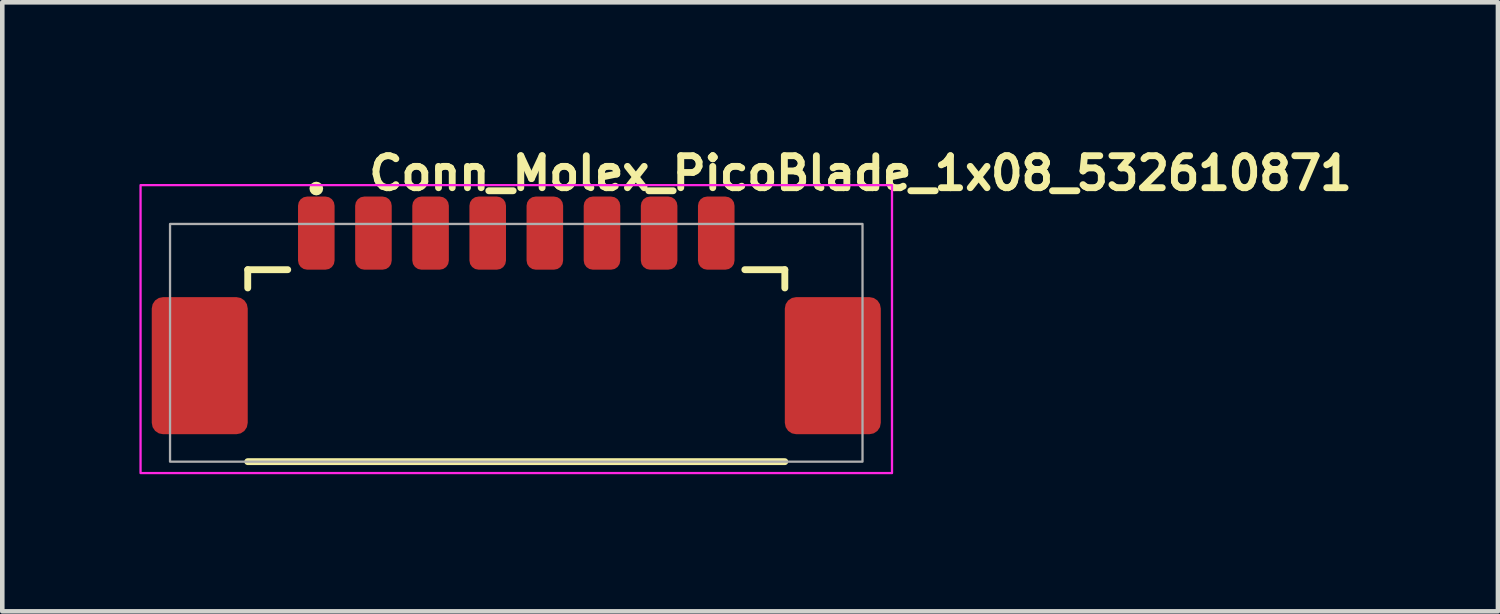
<source format=kicad_pcb>
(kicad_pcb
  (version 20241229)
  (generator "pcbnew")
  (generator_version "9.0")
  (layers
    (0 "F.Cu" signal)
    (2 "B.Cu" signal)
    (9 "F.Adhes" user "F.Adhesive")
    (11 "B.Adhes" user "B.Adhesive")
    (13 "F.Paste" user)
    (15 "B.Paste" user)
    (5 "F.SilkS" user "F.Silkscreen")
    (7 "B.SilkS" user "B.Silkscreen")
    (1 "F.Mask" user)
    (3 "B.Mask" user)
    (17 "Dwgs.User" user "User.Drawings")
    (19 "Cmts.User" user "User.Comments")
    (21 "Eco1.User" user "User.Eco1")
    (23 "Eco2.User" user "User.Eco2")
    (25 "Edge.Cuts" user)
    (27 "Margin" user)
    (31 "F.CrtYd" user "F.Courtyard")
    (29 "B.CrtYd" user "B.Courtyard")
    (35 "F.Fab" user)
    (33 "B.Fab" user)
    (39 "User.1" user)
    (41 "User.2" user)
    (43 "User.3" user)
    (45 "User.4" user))
  (footprint "Conn_Molex_PicoBlade_1x08_532610871"
    (layer "F.Cu")
    (at 8.245 4.45)
    (property "Reference" "Conn_Molex_PicoBlade_1x08_532610871" (at -3.3 -3.3 0) (layer "F.SilkS") (effects (font (size 0.7 0.7) (thickness 0.15)) (justify left bottom)))
    (attr smd)
    (fp_line (start -5.875 -1.6) (end -5 -1.6) (stroke (width 0.15) (type solid)) (layer "F.SilkS"))
    (fp_line (start -5.875 -1.2) (end -5.875 -1.6) (stroke (width 0.15) (type solid)) (layer "F.SilkS"))
    (fp_line (start -5.875 2.6) (end 5.875 2.6) (stroke (width 0.15) (type solid)) (layer "F.SilkS"))
    (fp_line (start 5 -1.6) (end 5.875 -1.6) (stroke (width 0.15) (type solid)) (layer "F.SilkS"))
    (fp_line (start 5.875 -1.2) (end 5.875 -1.6) (stroke (width 0.15) (type solid)) (layer "F.SilkS"))
    (fp_circle (center -4.375 -3.375) (end -4.3 -3.375) (stroke (width 0.15) (type solid)) (fill no) (layer "F.SilkS"))
    (fp_rect (start -8.22 -3.45) (end 8.22 2.85) (stroke (width 0.05) (type solid)) (fill no) (layer "F.CrtYd"))
    (fp_rect (start -7.575 -2.6) (end 7.575 2.6) (stroke (width 0.05) (type default)) (fill no) (layer "F.Fab"))
    (fp_rect (start -7.575 -2.6) (end 7.575 2.6) (stroke (width 0.1) (type solid)) (fill no) (layer "User.5"))
    (fp_line (start -7.575 1.4) (end -7.575 -0.4) (stroke (width 0.02) (type solid)) (layer "User.9"))
    (fp_line (start -7.575 1.4) (end -7.375 1.6) (stroke (width 0.02) (type solid)) (layer "User.9"))
    (fp_line (start -7.375 -0.6) (end -7.575 -0.4) (stroke (width 0.02) (type solid)) (layer "User.9"))
    (fp_line (start -7.375 -0.6) (end -7.175 -0.6) (stroke (width 0.02) (type solid)) (layer "User.9"))
    (fp_line (start -7.375 2.2) (end -7.375 -0.6) (stroke (width 0.02) (type solid)) (layer "User.9"))
    (fp_line (start -7.375 2.2) (end -7.175 2.2) (stroke (width 0.02) (type solid)) (layer "User.9"))
    (fp_line (start -7.175 -0.6) (end -6.375 -0.6) (stroke (width 0.02) (type solid)) (layer "User.9"))
    (fp_line (start -7.175 2.2) (end -7.175 -0.6) (stroke (width 0.02) (type solid)) (layer "User.9"))
    (fp_line (start -7.175 2.2) (end -6.375 2.2) (stroke (width 0.02) (type solid)) (layer "User.9"))
    (fp_line (start -6.375 -0.6) (end -5.875 -0.6) (stroke (width 0.02) (type solid)) (layer "User.9"))
    (fp_line (start -6.375 2.2) (end -6.375 -0.6) (stroke (width 0.02) (type solid)) (layer "User.9"))
    (fp_line (start -6.375 2.2) (end -5.875 2.2) (stroke (width 0.02) (type solid)) (layer "User.9"))
    (fp_line (start -5.875 -1.6) (end -5.875 1.6) (stroke (width 0.02) (type solid)) (layer "User.9"))
    (fp_line (start -5.875 1.6) (end -5.875 2.6) (stroke (width 0.02) (type solid)) (layer "User.9"))
    (fp_line (start -5.875 2.6) (end -5.575 2.6) (stroke (width 0.02) (type solid)) (layer "User.9"))
    (fp_line (start -5.575 2.6) (end -5.275 2.4) (stroke (width 0.02) (type solid)) (layer "User.9"))
    (fp_line (start -5.275 2.4) (end -5.275 1.6) (stroke (width 0.02) (type solid)) (layer "User.9"))
    (fp_line (start -5.275 2.4) (end -3.9 2.4) (stroke (width 0.02) (type solid)) (layer "User.9"))
    (fp_line (start -4.925 1) (end -4.925 1.6) (stroke (width 0.02) (type solid)) (layer "User.9"))
    (fp_line (start -4.925 1.6) (end -5.875 1.6) (stroke (width 0.02) (type solid)) (layer "User.9"))
    (fp_line (start -4.535 -2.6) (end -4.535 -2.3) (stroke (width 0.02) (type solid)) (layer "User.9"))
    (fp_line (start -4.535 -2.3) (end -4.535 -1.6) (stroke (width 0.02) (type solid)) (layer "User.9"))
    (fp_line (start -4.535 1) (end -4.535 1.9) (stroke (width 0.02) (type solid)) (layer "User.9"))
    (fp_line (start -4.215 -2.6) (end -4.535 -2.6) (stroke (width 0.02) (type solid)) (layer "User.9"))
    (fp_line (start -4.215 -2.6) (end -4.215 -2.3) (stroke (width 0.02) (type solid)) (layer "User.9"))
    (fp_line (start -4.215 -2.3) (end -4.535 -2.3) (stroke (width 0.02) (type solid)) (layer "User.9"))
    (fp_line (start -4.215 -2.3) (end -4.215 -1.6) (stroke (width 0.02) (type solid)) (layer "User.9"))
    (fp_line (start -4.215 1) (end -4.215 1.9) (stroke (width 0.02) (type solid)) (layer "User.9"))
    (fp_line (start -4.215 1.15) (end -3.9 1.15) (stroke (width 0.02) (type solid)) (layer "User.9"))
    (fp_line (start -4.215 1.9) (end -4.535 1.9) (stroke (width 0.02) (type solid)) (layer "User.9"))
    (fp_line (start -3.9 1.15) (end -3.9 2.4) (stroke (width 0.02) (type solid)) (layer "User.9"))
    (fp_line (start -3.9 2.4) (end -3.9 2.6) (stroke (width 0.02) (type solid)) (layer "User.9"))
    (fp_line (start -3.9 2.6) (end -5.575 2.6) (stroke (width 0.02) (type solid)) (layer "User.9"))
    (fp_line (start -3.6 1.15) (end -3.285 1.15) (stroke (width 0.02) (type solid)) (layer "User.9"))
    (fp_line (start -3.6 2.4) (end -3.6 1.15) (stroke (width 0.02) (type solid)) (layer "User.9"))
    (fp_line (start -3.6 2.4) (end 3.6 2.4) (stroke (width 0.02) (type solid)) (layer "User.9"))
    (fp_line (start -3.6 2.6) (end -3.6 2.4) (stroke (width 0.02) (type solid)) (layer "User.9"))
    (fp_line (start -3.285 -2.6) (end -3.285 -2.3) (stroke (width 0.02) (type solid)) (layer "User.9"))
    (fp_line (start -3.285 -2.3) (end -3.285 -1.6) (stroke (width 0.02) (type solid)) (layer "User.9"))
    (fp_line (start -3.285 1) (end -3.285 1.9) (stroke (width 0.02) (type solid)) (layer "User.9"))
    (fp_line (start -2.965 -2.6) (end -3.285 -2.6) (stroke (width 0.02) (type solid)) (layer "User.9"))
    (fp_line (start -2.965 -2.6) (end -2.965 -2.3) (stroke (width 0.02) (type solid)) (layer "User.9"))
    (fp_line (start -2.965 -2.3) (end -3.285 -2.3) (stroke (width 0.02) (type solid)) (layer "User.9"))
    (fp_line (start -2.965 -2.3) (end -2.965 -1.6) (stroke (width 0.02) (type solid)) (layer "User.9"))
    (fp_line (start -2.965 1) (end -2.965 1.9) (stroke (width 0.02) (type solid)) (layer "User.9"))
    (fp_line (start -2.965 1.9) (end -3.285 1.9) (stroke (width 0.02) (type solid)) (layer "User.9"))
    (fp_line (start -2.035 -2.6) (end -2.035 -2.3) (stroke (width 0.02) (type solid)) (layer "User.9"))
    (fp_line (start -2.035 -2.3) (end -2.035 -1.6) (stroke (width 0.02) (type solid)) (layer "User.9"))
    (fp_line (start -2.035 1) (end -2.035 1.9) (stroke (width 0.02) (type solid)) (layer "User.9"))
    (fp_line (start -1.715 -2.6) (end -2.035 -2.6) (stroke (width 0.02) (type solid)) (layer "User.9"))
    (fp_line (start -1.715 -2.6) (end -1.715 -2.3) (stroke (width 0.02) (type solid)) (layer "User.9"))
    (fp_line (start -1.715 -2.3) (end -2.035 -2.3) (stroke (width 0.02) (type solid)) (layer "User.9"))
    (fp_line (start -1.715 -2.3) (end -1.715 -1.6) (stroke (width 0.02) (type solid)) (layer "User.9"))
    (fp_line (start -1.715 1) (end -1.715 1.9) (stroke (width 0.02) (type solid)) (layer "User.9"))
    (fp_line (start -1.715 1.9) (end -2.035 1.9) (stroke (width 0.02) (type solid)) (layer "User.9"))
    (fp_line (start -0.785 -2.6) (end -0.785 -2.3) (stroke (width 0.02) (type solid)) (layer "User.9"))
    (fp_line (start -0.785 -2.3) (end -0.785 -1.6) (stroke (width 0.02) (type solid)) (layer "User.9"))
    (fp_line (start -0.785 1) (end -0.785 1.9) (stroke (width 0.02) (type solid)) (layer "User.9"))
    (fp_line (start -0.465 -2.6) (end -0.785 -2.6) (stroke (width 0.02) (type solid)) (layer "User.9"))
    (fp_line (start -0.465 -2.6) (end -0.465 -2.3) (stroke (width 0.02) (type solid)) (layer "User.9"))
    (fp_line (start -0.465 -2.3) (end -0.785 -2.3) (stroke (width 0.02) (type solid)) (layer "User.9"))
    (fp_line (start -0.465 -2.3) (end -0.465 -1.6) (stroke (width 0.02) (type solid)) (layer "User.9"))
    (fp_line (start -0.465 1) (end -0.465 1.9) (stroke (width 0.02) (type solid)) (layer "User.9"))
    (fp_line (start -0.465 1.9) (end -0.785 1.9) (stroke (width 0.02) (type solid)) (layer "User.9"))
    (fp_line (start 0.465 -2.6) (end 0.465 -2.3) (stroke (width 0.02) (type solid)) (layer "User.9"))
    (fp_line (start 0.465 -2.3) (end 0.465 -1.6) (stroke (width 0.02) (type solid)) (layer "User.9"))
    (fp_line (start 0.465 1) (end 0.465 1.9) (stroke (width 0.02) (type solid)) (layer "User.9"))
    (fp_line (start 0.785 -2.6) (end 0.465 -2.6) (stroke (width 0.02) (type solid)) (layer "User.9"))
    (fp_line (start 0.785 -2.6) (end 0.785 -2.3) (stroke (width 0.02) (type solid)) (layer "User.9"))
    (fp_line (start 0.785 -2.3) (end 0.465 -2.3) (stroke (width 0.02) (type solid)) (layer "User.9"))
    (fp_line (start 0.785 -2.3) (end 0.785 -1.6) (stroke (width 0.02) (type solid)) (layer "User.9"))
    (fp_line (start 0.785 1) (end 0.785 1.9) (stroke (width 0.02) (type solid)) (layer "User.9"))
    (fp_line (start 0.785 1.9) (end 0.465 1.9) (stroke (width 0.02) (type solid)) (layer "User.9"))
    (fp_line (start 1.715 -2.6) (end 1.715 -2.3) (stroke (width 0.02) (type solid)) (layer "User.9"))
    (fp_line (start 1.715 -2.3) (end 1.715 -1.6) (stroke (width 0.02) (type solid)) (layer "User.9"))
    (fp_line (start 1.715 1) (end 1.715 1.9) (stroke (width 0.02) (type solid)) (layer "User.9"))
    (fp_line (start 2.035 -2.6) (end 1.715 -2.6) (stroke (width 0.02) (type solid)) (layer "User.9"))
    (fp_line (start 2.035 -2.6) (end 2.035 -2.3) (stroke (width 0.02) (type solid)) (layer "User.9"))
    (fp_line (start 2.035 -2.3) (end 1.715 -2.3) (stroke (width 0.02) (type solid)) (layer "User.9"))
    (fp_line (start 2.035 -2.3) (end 2.035 -1.6) (stroke (width 0.02) (type solid)) (layer "User.9"))
    (fp_line (start 2.035 1) (end 2.035 1.9) (stroke (width 0.02) (type solid)) (layer "User.9"))
    (fp_line (start 2.035 1.9) (end 1.715 1.9) (stroke (width 0.02) (type solid)) (layer "User.9"))
    (fp_line (start 2.965 -2.6) (end 2.965 -2.3) (stroke (width 0.02) (type solid)) (layer "User.9"))
    (fp_line (start 2.965 -2.3) (end 2.965 -1.6) (stroke (width 0.02) (type solid)) (layer "User.9"))
    (fp_line (start 2.965 1) (end 2.965 1.9) (stroke (width 0.02) (type solid)) (layer "User.9"))
    (fp_line (start 3.285 -2.6) (end 2.965 -2.6) (stroke (width 0.02) (type solid)) (layer "User.9"))
    (fp_line (start 3.285 -2.6) (end 3.285 -2.3) (stroke (width 0.02) (type solid)) (layer "User.9"))
    (fp_line (start 3.285 -2.3) (end 2.965 -2.3) (stroke (width 0.02) (type solid)) (layer "User.9"))
    (fp_line (start 3.285 -2.3) (end 3.285 -1.6) (stroke (width 0.02) (type solid)) (layer "User.9"))
    (fp_line (start 3.285 1) (end 3.285 1.9) (stroke (width 0.02) (type solid)) (layer "User.9"))
    (fp_line (start 3.285 1.9) (end 2.965 1.9) (stroke (width 0.02) (type solid)) (layer "User.9"))
    (fp_line (start 3.6 1.15) (end 3.285 1.15) (stroke (width 0.02) (type solid)) (layer "User.9"))
    (fp_line (start 3.6 2.4) (end 3.6 1.15) (stroke (width 0.02) (type solid)) (layer "User.9"))
    (fp_line (start 3.6 2.6) (end -3.6 2.6) (stroke (width 0.02) (type solid)) (layer "User.9"))
    (fp_line (start 3.6 2.6) (end 3.6 2.4) (stroke (width 0.02) (type solid)) (layer "User.9"))
    (fp_line (start 3.9 1.15) (end 3.9 2.4) (stroke (width 0.02) (type solid)) (layer "User.9"))
    (fp_line (start 3.9 2.4) (end 3.9 2.6) (stroke (width 0.02) (type solid)) (layer "User.9"))
    (fp_line (start 3.9 2.4) (end 5.275 2.4) (stroke (width 0.02) (type solid)) (layer "User.9"))
    (fp_line (start 4.215 -2.6) (end 4.215 -2.3) (stroke (width 0.02) (type solid)) (layer "User.9"))
    (fp_line (start 4.215 -2.3) (end 4.215 -1.6) (stroke (width 0.02) (type solid)) (layer "User.9"))
    (fp_line (start 4.215 1) (end 4.215 1.9) (stroke (width 0.02) (type solid)) (layer "User.9"))
    (fp_line (start 4.215 1.15) (end 3.9 1.15) (stroke (width 0.02) (type solid)) (layer "User.9"))
    (fp_line (start 4.535 -2.6) (end 4.215 -2.6) (stroke (width 0.02) (type solid)) (layer "User.9"))
    (fp_line (start 4.535 -2.6) (end 4.535 -2.3) (stroke (width 0.02) (type solid)) (layer "User.9"))
    (fp_line (start 4.535 -2.3) (end 4.215 -2.3) (stroke (width 0.02) (type solid)) (layer "User.9"))
    (fp_line (start 4.535 -2.3) (end 4.535 -1.6) (stroke (width 0.02) (type solid)) (layer "User.9"))
    (fp_line (start 4.535 1) (end 4.535 1.9) (stroke (width 0.02) (type solid)) (layer "User.9"))
    (fp_line (start 4.535 1.9) (end 4.215 1.9) (stroke (width 0.02) (type solid)) (layer "User.9"))
    (fp_line (start 4.925 1) (end -4.925 1) (stroke (width 0.02) (type solid)) (layer "User.9"))
    (fp_line (start 4.925 1.6) (end 4.925 1) (stroke (width 0.02) (type solid)) (layer "User.9"))
    (fp_line (start 5.275 2.4) (end 5.275 1.6) (stroke (width 0.02) (type solid)) (layer "User.9"))
    (fp_line (start 5.275 2.4) (end 5.575 2.6) (stroke (width 0.02) (type solid)) (layer "User.9"))
    (fp_line (start 5.575 2.6) (end 3.9 2.6) (stroke (width 0.02) (type solid)) (layer "User.9"))
    (fp_line (start 5.575 2.6) (end 5.875 2.6) (stroke (width 0.02) (type solid)) (layer "User.9"))
    (fp_line (start 5.875 -1.6) (end -5.875 -1.6) (stroke (width 0.02) (type solid)) (layer "User.9"))
    (fp_line (start 5.875 -1.6) (end 5.875 1.6) (stroke (width 0.02) (type solid)) (layer "User.9"))
    (fp_line (start 5.875 -0.6) (end 6.375 -0.6) (stroke (width 0.02) (type solid)) (layer "User.9"))
    (fp_line (start 5.875 1.6) (end 4.925 1.6) (stroke (width 0.02) (type solid)) (layer "User.9"))
    (fp_line (start 5.875 2.2) (end 6.375 2.2) (stroke (width 0.02) (type solid)) (layer "User.9"))
    (fp_line (start 5.875 2.6) (end 5.875 1.6) (stroke (width 0.02) (type solid)) (layer "User.9"))
    (fp_line (start 6.375 -0.6) (end 7.175 -0.6) (stroke (width 0.02) (type solid)) (layer "User.9"))
    (fp_line (start 6.375 2.2) (end 6.375 -0.6) (stroke (width 0.02) (type solid)) (layer "User.9"))
    (fp_line (start 6.375 2.2) (end 7.175 2.2) (stroke (width 0.02) (type solid)) (layer "User.9"))
    (fp_line (start 7.175 -0.6) (end 7.375 -0.6) (stroke (width 0.02) (type solid)) (layer "User.9"))
    (fp_line (start 7.175 2.2) (end 7.175 -0.6) (stroke (width 0.02) (type solid)) (layer "User.9"))
    (fp_line (start 7.175 2.2) (end 7.375 2.2) (stroke (width 0.02) (type solid)) (layer "User.9"))
    (fp_line (start 7.375 1.6) (end 7.575 1.4) (stroke (width 0.02) (type solid)) (layer "User.9"))
    (fp_line (start 7.375 2.2) (end 7.375 -0.6) (stroke (width 0.02) (type solid)) (layer "User.9"))
    (fp_line (start 7.575 -0.4) (end 7.375 -0.6) (stroke (width 0.02) (type solid)) (layer "User.9"))
    (fp_line (start 7.575 1.4) (end 7.575 -0.4) (stroke (width 0.02) (type solid)) (layer "User.9"))
    (pad "1" smd roundrect (at -4.375 -2.4) (size 0.8 1.6) (layers "F.Cu" "F.Mask" "F.Paste") (roundrect_rratio 0.25))
    (pad "2" smd roundrect (at -3.125 -2.4) (size 0.8 1.6) (layers "F.Cu" "F.Mask" "F.Paste") (roundrect_rratio 0.25))
    (pad "3" smd roundrect (at -1.875 -2.4) (size 0.8 1.6) (layers "F.Cu" "F.Mask" "F.Paste") (roundrect_rratio 0.25))
    (pad "4" smd roundrect (at -0.625 -2.4) (size 0.8 1.6) (layers "F.Cu" "F.Mask" "F.Paste") (roundrect_rratio 0.25))
    (pad "5" smd roundrect (at 0.625 -2.4) (size 0.8 1.6) (layers "F.Cu" "F.Mask" "F.Paste") (roundrect_rratio 0.25))
    (pad "6" smd roundrect (at 1.875 -2.4) (size 0.8 1.6) (layers "F.Cu" "F.Mask" "F.Paste") (roundrect_rratio 0.25))
    (pad "7" smd roundrect (at 3.125 -2.4) (size 0.8 1.6) (layers "F.Cu" "F.Mask" "F.Paste") (roundrect_rratio 0.25))
    (pad "8" smd roundrect (at 4.375 -2.4) (size 0.8 1.6) (layers "F.Cu" "F.Mask" "F.Paste") (roundrect_rratio 0.25))
    (pad "MP" smd roundrect (at -6.925 0.5) (size 2.1 3) (layers "F.Cu" "F.Mask" "F.Paste") (roundrect_rratio 0.119))
    (pad "MP" smd roundrect (at 6.925 0.5) (size 2.1 3) (layers "F.Cu" "F.Mask" "F.Paste") (roundrect_rratio 0.119)))
  (gr_rect
    (start -3 -3)
    (end 29.722 10.325)
    (stroke (width 0.1) (type default))
    (fill no)
    (layer "Edge.Cuts")))
</source>
